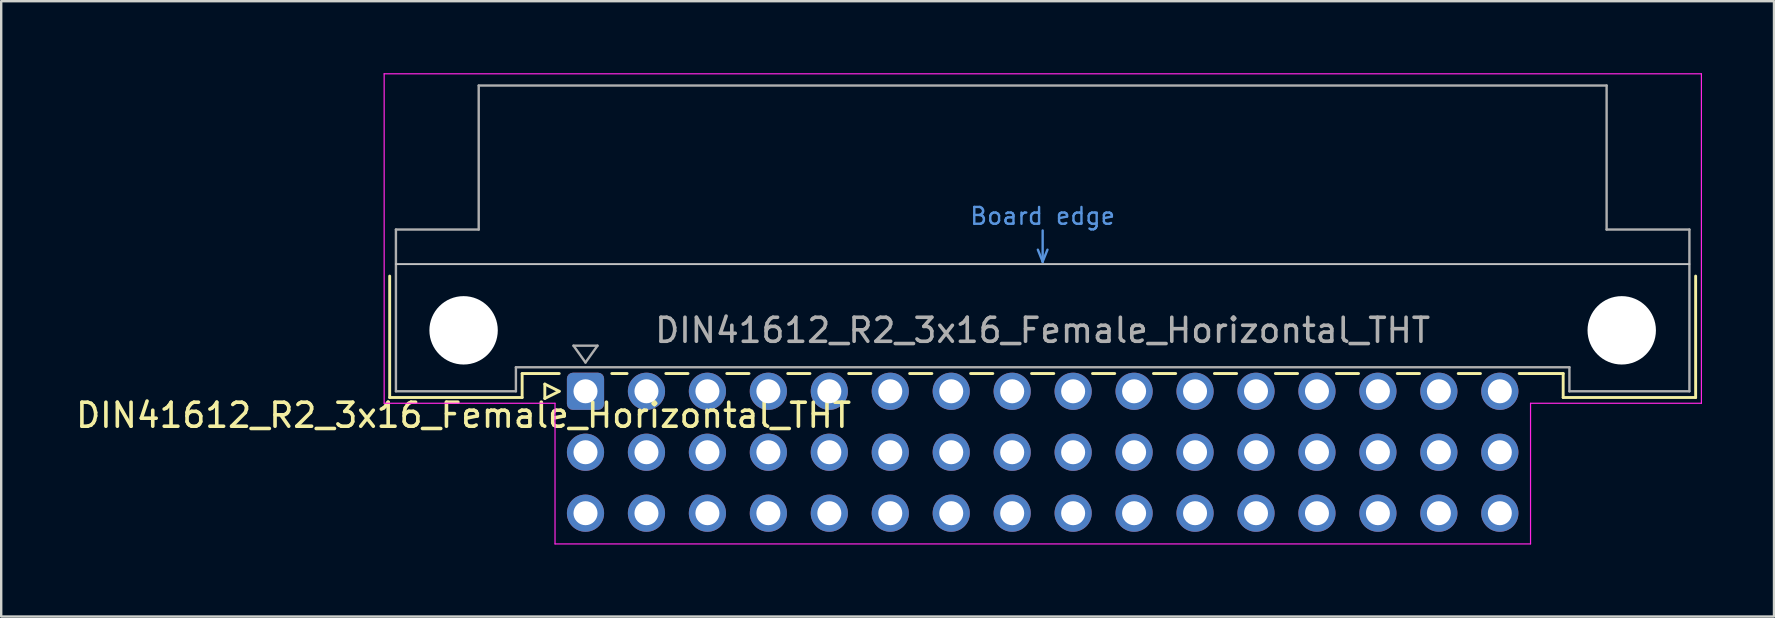
<source format=kicad_pcb>
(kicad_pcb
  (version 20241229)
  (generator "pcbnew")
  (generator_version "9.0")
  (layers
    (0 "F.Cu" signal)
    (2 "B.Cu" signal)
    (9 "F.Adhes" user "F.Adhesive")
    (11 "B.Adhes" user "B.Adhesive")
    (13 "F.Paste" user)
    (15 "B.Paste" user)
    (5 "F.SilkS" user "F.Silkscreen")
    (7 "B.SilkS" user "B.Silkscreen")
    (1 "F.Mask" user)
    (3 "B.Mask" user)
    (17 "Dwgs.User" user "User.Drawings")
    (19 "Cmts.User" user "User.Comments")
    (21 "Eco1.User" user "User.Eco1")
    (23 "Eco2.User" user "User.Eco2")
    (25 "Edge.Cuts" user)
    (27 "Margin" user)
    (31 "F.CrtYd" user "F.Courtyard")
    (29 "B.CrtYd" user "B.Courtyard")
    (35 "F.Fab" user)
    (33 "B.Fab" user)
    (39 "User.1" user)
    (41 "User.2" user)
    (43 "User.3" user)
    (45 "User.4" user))
  (footprint "DIN41612_R2_3x16_Female_Horizontal_THT"
    (layer "F.Cu")
    (at 21.348 13.255)
    (property "Reference" "DIN41612_R2_3x16_Female_Horizontal_THT" (at -5.08 1 0) (layer "F.SilkS") (effects (font (size 1 1) (thickness 0.15))))
    (attr through_hole)
    (fp_line (start -8.16 -4.8) (end -8.16 0.26) (stroke (width 0.12) (type solid)) (layer "F.SilkS"))
    (fp_line (start -8.16 0.26) (end -2.64 0.26) (stroke (width 0.12) (type solid)) (layer "F.SilkS"))
    (fp_line (start -2.64 -0.74) (end -1.095 -0.74) (stroke (width 0.12) (type solid)) (layer "F.SilkS"))
    (fp_line (start -2.64 0.26) (end -2.64 -0.74) (stroke (width 0.12) (type solid)) (layer "F.SilkS"))
    (fp_line (start -1.695 -0.3) (end -1.695 0.3) (stroke (width 0.12) (type solid)) (layer "F.SilkS"))
    (fp_line (start -1.695 0.3) (end -1.095 0) (stroke (width 0.12) (type solid)) (layer "F.SilkS"))
    (fp_line (start -1.095 0) (end -1.695 -0.3) (stroke (width 0.12) (type solid)) (layer "F.SilkS"))
    (fp_line (start 1.095 -0.74) (end 1.733 -0.74) (stroke (width 0.12) (type solid)) (layer "F.SilkS"))
    (fp_line (start 3.347 -0.74) (end 4.273 -0.74) (stroke (width 0.12) (type solid)) (layer "F.SilkS"))
    (fp_line (start 5.887 -0.74) (end 6.813 -0.74) (stroke (width 0.12) (type solid)) (layer "F.SilkS"))
    (fp_line (start 8.427 -0.74) (end 9.353 -0.74) (stroke (width 0.12) (type solid)) (layer "F.SilkS"))
    (fp_line (start 10.967 -0.74) (end 11.893 -0.74) (stroke (width 0.12) (type solid)) (layer "F.SilkS"))
    (fp_line (start 13.507 -0.74) (end 14.433 -0.74) (stroke (width 0.12) (type solid)) (layer "F.SilkS"))
    (fp_line (start 16.047 -0.74) (end 16.973 -0.74) (stroke (width 0.12) (type solid)) (layer "F.SilkS"))
    (fp_line (start 18.587 -0.74) (end 19.513 -0.74) (stroke (width 0.12) (type solid)) (layer "F.SilkS"))
    (fp_line (start 21.127 -0.74) (end 22.053 -0.74) (stroke (width 0.12) (type solid)) (layer "F.SilkS"))
    (fp_line (start 23.667 -0.74) (end 24.593 -0.74) (stroke (width 0.12) (type solid)) (layer "F.SilkS"))
    (fp_line (start 26.207 -0.74) (end 27.133 -0.74) (stroke (width 0.12) (type solid)) (layer "F.SilkS"))
    (fp_line (start 28.747 -0.74) (end 29.673 -0.74) (stroke (width 0.12) (type solid)) (layer "F.SilkS"))
    (fp_line (start 31.287 -0.74) (end 32.213 -0.74) (stroke (width 0.12) (type solid)) (layer "F.SilkS"))
    (fp_line (start 33.827 -0.74) (end 34.753 -0.74) (stroke (width 0.12) (type solid)) (layer "F.SilkS"))
    (fp_line (start 36.367 -0.74) (end 37.293 -0.74) (stroke (width 0.12) (type solid)) (layer "F.SilkS"))
    (fp_line (start 38.907 -0.74) (end 40.74 -0.74) (stroke (width 0.12) (type solid)) (layer "F.SilkS"))
    (fp_line (start 40.74 0.26) (end 40.74 -0.74) (stroke (width 0.12) (type solid)) (layer "F.SilkS"))
    (fp_line (start 46.26 -4.8) (end 46.26 0.26) (stroke (width 0.12) (type solid)) (layer "F.SilkS"))
    (fp_line (start 46.26 0.26) (end 40.74 0.26) (stroke (width 0.12) (type solid)) (layer "F.SilkS"))
    (fp_line (start -7.9 -5.3) (end 46 -5.3) (stroke (width 0.08) (type solid)) (layer "Dwgs.User"))
    (fp_line (start 18.85 -5.9) (end 19.05 -5.4) (stroke (width 0.1) (type solid)) (layer "Cmts.User"))
    (fp_line (start 19.05 -5.4) (end 19.05 -6.7) (stroke (width 0.1) (type solid)) (layer "Cmts.User"))
    (fp_line (start 19.05 -5.4) (end 19.25 -5.9) (stroke (width 0.1) (type solid)) (layer "Cmts.User"))
    (fp_line (start -8.39 -13.23) (end -8.39 0.5) (stroke (width 0.05) (type solid)) (layer "F.CrtYd"))
    (fp_line (start -8.39 0.5) (end -1.27 0.5) (stroke (width 0.05) (type solid)) (layer "F.CrtYd"))
    (fp_line (start -1.27 0.5) (end -1.27 6.36) (stroke (width 0.05) (type solid)) (layer "F.CrtYd"))
    (fp_line (start -1.27 6.36) (end 39.38 6.36) (stroke (width 0.05) (type solid)) (layer "F.CrtYd"))
    (fp_line (start 39.38 0.5) (end 46.5 0.5) (stroke (width 0.05) (type solid)) (layer "F.CrtYd"))
    (fp_line (start 39.38 6.36) (end 39.38 0.5) (stroke (width 0.05) (type solid)) (layer "F.CrtYd"))
    (fp_line (start 46.5 -13.23) (end -8.39 -13.23) (stroke (width 0.05) (type solid)) (layer "F.CrtYd"))
    (fp_line (start 46.5 0.5) (end 46.5 -13.23) (stroke (width 0.05) (type solid)) (layer "F.CrtYd"))
    (fp_line (start -7.9 -6.74) (end -7.9 0) (stroke (width 0.1) (type solid)) (layer "F.Fab"))
    (fp_line (start -7.9 0) (end -2.9 0) (stroke (width 0.1) (type solid)) (layer "F.Fab"))
    (fp_line (start -4.45 -12.74) (end -4.45 -6.74) (stroke (width 0.1) (type solid)) (layer "F.Fab"))
    (fp_line (start -4.45 -6.74) (end -7.9 -6.74) (stroke (width 0.1) (type solid)) (layer "F.Fab"))
    (fp_line (start -2.9 -1) (end 41 -1) (stroke (width 0.1) (type solid)) (layer "F.Fab"))
    (fp_line (start -2.9 0) (end -2.9 -1) (stroke (width 0.1) (type solid)) (layer "F.Fab"))
    (fp_line (start -0.5 -1.9) (end 0.5 -1.9) (stroke (width 0.1) (type solid)) (layer "F.Fab"))
    (fp_line (start 0 -1.2) (end -0.5 -1.9) (stroke (width 0.1) (type solid)) (layer "F.Fab"))
    (fp_line (start 0.5 -1.9) (end 0 -1.2) (stroke (width 0.1) (type solid)) (layer "F.Fab"))
    (fp_line (start 41 -1) (end 41 0) (stroke (width 0.1) (type solid)) (layer "F.Fab"))
    (fp_line (start 41 0) (end 46 0) (stroke (width 0.1) (type solid)) (layer "F.Fab"))
    (fp_line (start 42.55 -12.74) (end -4.45 -12.74) (stroke (width 0.1) (type solid)) (layer "F.Fab"))
    (fp_line (start 42.55 -6.74) (end 42.55 -12.74) (stroke (width 0.1) (type solid)) (layer "F.Fab"))
    (fp_line (start 46 -6.74) (end 42.55 -6.74) (stroke (width 0.1) (type solid)) (layer "F.Fab"))
    (fp_line (start 46 0) (end 46 -6.74) (stroke (width 0.1) (type solid)) (layer "F.Fab"))
    (fp_text user "Board edge" (at 19.05 -7.3 0) (layer "Cmts.User") (effects (font (size 0.7 0.7) (thickness 0.1))))
    (fp_text user "${REFERENCE}" (at 19.05 -2.54 0) (layer "F.Fab") (effects (font (size 1 1) (thickness 0.15))))
    (pad "" np_thru_hole circle (at -5.08 -2.54) (size 2.85 2.85) (drill 2.85) (layers "*.Cu" "*.Mask"))
    (pad "" np_thru_hole circle (at 43.18 -2.54) (size 2.85 2.85) (drill 2.85) (layers "*.Cu" "*.Mask"))
    (pad "a1" thru_hole roundrect (at 0 0) (size 1.55 1.55) (drill 1) (layers "*.Cu" "*.Mask") (roundrect_rratio 0.161))
    (pad "a2" thru_hole circle (at 2.54 0) (size 1.55 1.55) (drill 1) (layers "*.Cu" "*.Mask"))
    (pad "a3" thru_hole circle (at 5.08 0) (size 1.55 1.55) (drill 1) (layers "*.Cu" "*.Mask"))
    (pad "a4" thru_hole circle (at 7.62 0) (size 1.55 1.55) (drill 1) (layers "*.Cu" "*.Mask"))
    (pad "a5" thru_hole circle (at 10.16 0) (size 1.55 1.55) (drill 1) (layers "*.Cu" "*.Mask"))
    (pad "a6" thru_hole circle (at 12.7 0) (size 1.55 1.55) (drill 1) (layers "*.Cu" "*.Mask"))
    (pad "a7" thru_hole circle (at 15.24 0) (size 1.55 1.55) (drill 1) (layers "*.Cu" "*.Mask"))
    (pad "a8" thru_hole circle (at 17.78 0) (size 1.55 1.55) (drill 1) (layers "*.Cu" "*.Mask"))
    (pad "a9" thru_hole circle (at 20.32 0) (size 1.55 1.55) (drill 1) (layers "*.Cu" "*.Mask"))
    (pad "a10" thru_hole circle (at 22.86 0) (size 1.55 1.55) (drill 1) (layers "*.Cu" "*.Mask"))
    (pad "a11" thru_hole circle (at 25.4 0) (size 1.55 1.55) (drill 1) (layers "*.Cu" "*.Mask"))
    (pad "a12" thru_hole circle (at 27.94 0) (size 1.55 1.55) (drill 1) (layers "*.Cu" "*.Mask"))
    (pad "a13" thru_hole circle (at 30.48 0) (size 1.55 1.55) (drill 1) (layers "*.Cu" "*.Mask"))
    (pad "a14" thru_hole circle (at 33.02 0) (size 1.55 1.55) (drill 1) (layers "*.Cu" "*.Mask"))
    (pad "a15" thru_hole circle (at 35.56 0) (size 1.55 1.55) (drill 1) (layers "*.Cu" "*.Mask"))
    (pad "a16" thru_hole circle (at 38.1 0) (size 1.55 1.55) (drill 1) (layers "*.Cu" "*.Mask"))
    (pad "b1" thru_hole circle (at 0 2.54) (size 1.55 1.55) (drill 1) (layers "*.Cu" "*.Mask"))
    (pad "b2" thru_hole circle (at 2.54 2.54) (size 1.55 1.55) (drill 1) (layers "*.Cu" "*.Mask"))
    (pad "b3" thru_hole circle (at 5.08 2.54) (size 1.55 1.55) (drill 1) (layers "*.Cu" "*.Mask"))
    (pad "b4" thru_hole circle (at 7.62 2.54) (size 1.55 1.55) (drill 1) (layers "*.Cu" "*.Mask"))
    (pad "b5" thru_hole circle (at 10.16 2.54) (size 1.55 1.55) (drill 1) (layers "*.Cu" "*.Mask"))
    (pad "b6" thru_hole circle (at 12.7 2.54) (size 1.55 1.55) (drill 1) (layers "*.Cu" "*.Mask"))
    (pad "b7" thru_hole circle (at 15.24 2.54) (size 1.55 1.55) (drill 1) (layers "*.Cu" "*.Mask"))
    (pad "b8" thru_hole circle (at 17.78 2.54) (size 1.55 1.55) (drill 1) (layers "*.Cu" "*.Mask"))
    (pad "b9" thru_hole circle (at 20.32 2.54) (size 1.55 1.55) (drill 1) (layers "*.Cu" "*.Mask"))
    (pad "b10" thru_hole circle (at 22.86 2.54) (size 1.55 1.55) (drill 1) (layers "*.Cu" "*.Mask"))
    (pad "b11" thru_hole circle (at 25.4 2.54) (size 1.55 1.55) (drill 1) (layers "*.Cu" "*.Mask"))
    (pad "b12" thru_hole circle (at 27.94 2.54) (size 1.55 1.55) (drill 1) (layers "*.Cu" "*.Mask"))
    (pad "b13" thru_hole circle (at 30.48 2.54) (size 1.55 1.55) (drill 1) (layers "*.Cu" "*.Mask"))
    (pad "b14" thru_hole circle (at 33.02 2.54) (size 1.55 1.55) (drill 1) (layers "*.Cu" "*.Mask"))
    (pad "b15" thru_hole circle (at 35.56 2.54) (size 1.55 1.55) (drill 1) (layers "*.Cu" "*.Mask"))
    (pad "b16" thru_hole circle (at 38.1 2.54) (size 1.55 1.55) (drill 1) (layers "*.Cu" "*.Mask"))
    (pad "c1" thru_hole circle (at 0 5.08) (size 1.55 1.55) (drill 1) (layers "*.Cu" "*.Mask"))
    (pad "c2" thru_hole circle (at 2.54 5.08) (size 1.55 1.55) (drill 1) (layers "*.Cu" "*.Mask"))
    (pad "c3" thru_hole circle (at 5.08 5.08) (size 1.55 1.55) (drill 1) (layers "*.Cu" "*.Mask"))
    (pad "c4" thru_hole circle (at 7.62 5.08) (size 1.55 1.55) (drill 1) (layers "*.Cu" "*.Mask"))
    (pad "c5" thru_hole circle (at 10.16 5.08) (size 1.55 1.55) (drill 1) (layers "*.Cu" "*.Mask"))
    (pad "c6" thru_hole circle (at 12.7 5.08) (size 1.55 1.55) (drill 1) (layers "*.Cu" "*.Mask"))
    (pad "c7" thru_hole circle (at 15.24 5.08) (size 1.55 1.55) (drill 1) (layers "*.Cu" "*.Mask"))
    (pad "c8" thru_hole circle (at 17.78 5.08) (size 1.55 1.55) (drill 1) (layers "*.Cu" "*.Mask"))
    (pad "c9" thru_hole circle (at 20.32 5.08) (size 1.55 1.55) (drill 1) (layers "*.Cu" "*.Mask"))
    (pad "c10" thru_hole circle (at 22.86 5.08) (size 1.55 1.55) (drill 1) (layers "*.Cu" "*.Mask"))
    (pad "c11" thru_hole circle (at 25.4 5.08) (size 1.55 1.55) (drill 1) (layers "*.Cu" "*.Mask"))
    (pad "c12" thru_hole circle (at 27.94 5.08) (size 1.55 1.55) (drill 1) (layers "*.Cu" "*.Mask"))
    (pad "c13" thru_hole circle (at 30.48 5.08) (size 1.55 1.55) (drill 1) (layers "*.Cu" "*.Mask"))
    (pad "c14" thru_hole circle (at 33.02 5.08) (size 1.55 1.55) (drill 1) (layers "*.Cu" "*.Mask"))
    (pad "c15" thru_hole circle (at 35.56 5.08) (size 1.55 1.55) (drill 1) (layers "*.Cu" "*.Mask"))
    (pad "c16" thru_hole circle (at 38.1 5.08) (size 1.55 1.55) (drill 1) (layers "*.Cu" "*.Mask")))
  (gr_rect
    (start -3 -3)
    (end 70.873 22.64)
    (stroke (width 0.1) (type default))
    (fill no)
    (layer "Edge.Cuts")))
</source>
